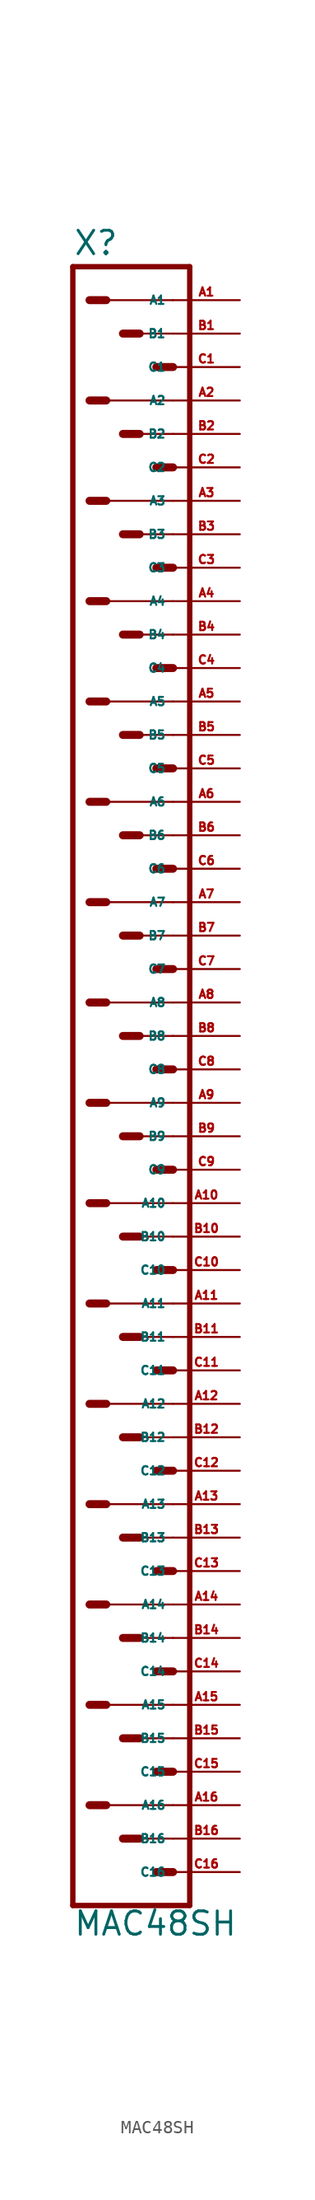
<source format=kicad_sym>
(kicad_symbol_lib
  (version 20220914)
  (generator Eagle2Kicad)
  (symbol "MAC48SH"
    (property "Reference" "X"
      (at -2.54 59.182 0)
      (effects (font (size 1.778 1.778) (thickness 0.22)) (justify left bottom)))
    (property "Value" "MAC48SH"
      (at -2.54 -68.453 0)
      (effects (font (size 1.778 1.778) (thickness 0.22)) (justify left bottom)))
    (polyline
      (pts (xy -2.54 58.42) (xy 6.35 58.42))
      (stroke (width 0.406) (type default))
      (fill (type none)))
    (polyline
      (pts (xy 6.35 -66.04) (xy 6.35 58.42))
      (stroke (width 0.406) (type default))
      (fill (type none)))
    (polyline
      (pts (xy 5.08 53.34) (xy 2.54 53.34))
      (stroke (width 0.152) (type default))
      (fill (type none)))
    (polyline
      (pts (xy 0 55.88) (xy 5.08 55.88))
      (stroke (width 0.152) (type default))
      (fill (type none)))
    (polyline
      (pts (xy 5.08 45.72) (xy 2.54 45.72))
      (stroke (width 0.152) (type default))
      (fill (type none)))
    (polyline
      (pts (xy 0 48.26) (xy 5.08 48.26))
      (stroke (width 0.152) (type default))
      (fill (type none)))
    (polyline
      (pts (xy 5.08 38.1) (xy 2.54 38.1))
      (stroke (width 0.152) (type default))
      (fill (type none)))
    (polyline
      (pts (xy 0 40.64) (xy 5.08 40.64))
      (stroke (width 0.152) (type default))
      (fill (type none)))
    (polyline
      (pts (xy 0 33.02) (xy 5.08 33.02))
      (stroke (width 0.152) (type default))
      (fill (type none)))
    (polyline
      (pts (xy 5.08 30.48) (xy 2.54 30.48))
      (stroke (width 0.152) (type default))
      (fill (type none)))
    (polyline
      (pts (xy 5.08 22.86) (xy 2.54 22.86))
      (stroke (width 0.152) (type default))
      (fill (type none)))
    (polyline
      (pts (xy 0 25.4) (xy 5.08 25.4))
      (stroke (width 0.152) (type default))
      (fill (type none)))
    (polyline
      (pts (xy 5.08 15.24) (xy 2.54 15.24))
      (stroke (width 0.152) (type default))
      (fill (type none)))
    (polyline
      (pts (xy 0 17.78) (xy 5.08 17.78))
      (stroke (width 0.152) (type default))
      (fill (type none)))
    (polyline
      (pts (xy 5.08 7.62) (xy 2.54 7.62))
      (stroke (width 0.152) (type default))
      (fill (type none)))
    (polyline
      (pts (xy 0 10.16) (xy 5.08 10.16))
      (stroke (width 0.152) (type default))
      (fill (type none)))
    (polyline
      (pts (xy 5.08 0) (xy 2.54 0))
      (stroke (width 0.152) (type default))
      (fill (type none)))
    (polyline
      (pts (xy 0 2.54) (xy 5.08 2.54))
      (stroke (width 0.152) (type default))
      (fill (type none)))
    (polyline
      (pts (xy 5.08 -7.62) (xy 2.54 -7.62))
      (stroke (width 0.152) (type default))
      (fill (type none)))
    (polyline
      (pts (xy 0 -5.08) (xy 5.08 -5.08))
      (stroke (width 0.152) (type default))
      (fill (type none)))
    (polyline
      (pts (xy 5.08 -15.24) (xy 2.54 -15.24))
      (stroke (width 0.152) (type default))
      (fill (type none)))
    (polyline
      (pts (xy 0 -12.7) (xy 5.08 -12.7))
      (stroke (width 0.152) (type default))
      (fill (type none)))
    (polyline
      (pts (xy 5.08 -22.86) (xy 2.54 -22.86))
      (stroke (width 0.152) (type default))
      (fill (type none)))
    (polyline
      (pts (xy 0 -20.32) (xy 5.08 -20.32))
      (stroke (width 0.152) (type default))
      (fill (type none)))
    (polyline
      (pts (xy 5.08 -30.48) (xy 2.54 -30.48))
      (stroke (width 0.152) (type default))
      (fill (type none)))
    (polyline
      (pts (xy 0 -27.94) (xy 5.08 -27.94))
      (stroke (width 0.152) (type default))
      (fill (type none)))
    (polyline
      (pts (xy 5.08 -38.1) (xy 2.54 -38.1))
      (stroke (width 0.152) (type default))
      (fill (type none)))
    (polyline
      (pts (xy 0 -35.56) (xy 5.08 -35.56))
      (stroke (width 0.152) (type default))
      (fill (type none)))
    (polyline
      (pts (xy 5.08 -45.72) (xy 2.54 -45.72))
      (stroke (width 0.152) (type default))
      (fill (type none)))
    (polyline
      (pts (xy 0 -43.18) (xy 5.08 -43.18))
      (stroke (width 0.152) (type default))
      (fill (type none)))
    (polyline
      (pts (xy 5.08 -53.34) (xy 2.54 -53.34))
      (stroke (width 0.152) (type default))
      (fill (type none)))
    (polyline
      (pts (xy 0 -50.8) (xy 5.08 -50.8))
      (stroke (width 0.152) (type default))
      (fill (type none)))
    (polyline
      (pts (xy 5.08 -60.96) (xy 2.54 -60.96))
      (stroke (width 0.152) (type default))
      (fill (type none)))
    (polyline
      (pts (xy 0 -58.42) (xy 5.08 -58.42))
      (stroke (width 0.152) (type default))
      (fill (type none)))
    (polyline
      (pts (xy 6.35 -66.04) (xy -2.54 -66.04))
      (stroke (width 0.406) (type default))
      (fill (type none)))
    (polyline
      (pts (xy -2.54 -66.04) (xy -2.54 58.42))
      (stroke (width 0.406) (type default))
      (fill (type none)))
    (polyline
      (pts (xy 0 -58.42) (xy -1.27 -58.42))
      (stroke (width 0.61) (type default))
      (fill (type none)))
    (polyline
      (pts (xy 2.54 -60.96) (xy 1.27 -60.96))
      (stroke (width 0.61) (type default))
      (fill (type none)))
    (polyline
      (pts (xy 5.08 -63.5) (xy 3.81 -63.5))
      (stroke (width 0.61) (type default))
      (fill (type none)))
    (polyline
      (pts (xy 0 -50.8) (xy -1.27 -50.8))
      (stroke (width 0.61) (type default))
      (fill (type none)))
    (polyline
      (pts (xy 2.54 -53.34) (xy 1.27 -53.34))
      (stroke (width 0.61) (type default))
      (fill (type none)))
    (polyline
      (pts (xy 5.08 -55.88) (xy 3.81 -55.88))
      (stroke (width 0.61) (type default))
      (fill (type none)))
    (polyline
      (pts (xy 0 -43.18) (xy -1.27 -43.18))
      (stroke (width 0.61) (type default))
      (fill (type none)))
    (polyline
      (pts (xy 2.54 -45.72) (xy 1.27 -45.72))
      (stroke (width 0.61) (type default))
      (fill (type none)))
    (polyline
      (pts (xy 5.08 -48.26) (xy 3.81 -48.26))
      (stroke (width 0.61) (type default))
      (fill (type none)))
    (polyline
      (pts (xy 0 -35.56) (xy -1.27 -35.56))
      (stroke (width 0.61) (type default))
      (fill (type none)))
    (polyline
      (pts (xy 2.54 -38.1) (xy 1.27 -38.1))
      (stroke (width 0.61) (type default))
      (fill (type none)))
    (polyline
      (pts (xy 5.08 -40.64) (xy 3.81 -40.64))
      (stroke (width 0.61) (type default))
      (fill (type none)))
    (polyline
      (pts (xy 0 -27.94) (xy -1.27 -27.94))
      (stroke (width 0.61) (type default))
      (fill (type none)))
    (polyline
      (pts (xy 2.54 -30.48) (xy 1.27 -30.48))
      (stroke (width 0.61) (type default))
      (fill (type none)))
    (polyline
      (pts (xy 5.08 -33.02) (xy 3.81 -33.02))
      (stroke (width 0.61) (type default))
      (fill (type none)))
    (polyline
      (pts (xy 0 -20.32) (xy -1.27 -20.32))
      (stroke (width 0.61) (type default))
      (fill (type none)))
    (polyline
      (pts (xy 2.54 -22.86) (xy 1.27 -22.86))
      (stroke (width 0.61) (type default))
      (fill (type none)))
    (polyline
      (pts (xy 5.08 -25.4) (xy 3.81 -25.4))
      (stroke (width 0.61) (type default))
      (fill (type none)))
    (polyline
      (pts (xy 0 -12.7) (xy -1.27 -12.7))
      (stroke (width 0.61) (type default))
      (fill (type none)))
    (polyline
      (pts (xy 2.54 -15.24) (xy 1.27 -15.24))
      (stroke (width 0.61) (type default))
      (fill (type none)))
    (polyline
      (pts (xy 5.08 -17.78) (xy 3.81 -17.78))
      (stroke (width 0.61) (type default))
      (fill (type none)))
    (polyline
      (pts (xy 0 -5.08) (xy -1.27 -5.08))
      (stroke (width 0.61) (type default))
      (fill (type none)))
    (polyline
      (pts (xy 2.54 -7.62) (xy 1.27 -7.62))
      (stroke (width 0.61) (type default))
      (fill (type none)))
    (polyline
      (pts (xy 5.08 -10.16) (xy 3.81 -10.16))
      (stroke (width 0.61) (type default))
      (fill (type none)))
    (polyline
      (pts (xy 0 2.54) (xy -1.27 2.54))
      (stroke (width 0.61) (type default))
      (fill (type none)))
    (polyline
      (pts (xy 2.54 0) (xy 1.27 0))
      (stroke (width 0.61) (type default))
      (fill (type none)))
    (polyline
      (pts (xy 5.08 -2.54) (xy 3.81 -2.54))
      (stroke (width 0.61) (type default))
      (fill (type none)))
    (polyline
      (pts (xy 0 10.16) (xy -1.27 10.16))
      (stroke (width 0.61) (type default))
      (fill (type none)))
    (polyline
      (pts (xy 2.54 7.62) (xy 1.27 7.62))
      (stroke (width 0.61) (type default))
      (fill (type none)))
    (polyline
      (pts (xy 5.08 5.08) (xy 3.81 5.08))
      (stroke (width 0.61) (type default))
      (fill (type none)))
    (polyline
      (pts (xy 0 17.78) (xy -1.27 17.78))
      (stroke (width 0.61) (type default))
      (fill (type none)))
    (polyline
      (pts (xy 2.54 15.24) (xy 1.27 15.24))
      (stroke (width 0.61) (type default))
      (fill (type none)))
    (polyline
      (pts (xy 5.08 12.7) (xy 3.81 12.7))
      (stroke (width 0.61) (type default))
      (fill (type none)))
    (polyline
      (pts (xy 0 25.4) (xy -1.27 25.4))
      (stroke (width 0.61) (type default))
      (fill (type none)))
    (polyline
      (pts (xy 2.54 22.86) (xy 1.27 22.86))
      (stroke (width 0.61) (type default))
      (fill (type none)))
    (polyline
      (pts (xy 5.08 20.32) (xy 3.81 20.32))
      (stroke (width 0.61) (type default))
      (fill (type none)))
    (polyline
      (pts (xy 0 33.02) (xy -1.27 33.02))
      (stroke (width 0.61) (type default))
      (fill (type none)))
    (polyline
      (pts (xy 2.54 30.48) (xy 1.27 30.48))
      (stroke (width 0.61) (type default))
      (fill (type none)))
    (polyline
      (pts (xy 5.08 27.94) (xy 3.81 27.94))
      (stroke (width 0.61) (type default))
      (fill (type none)))
    (polyline
      (pts (xy 0 40.64) (xy -1.27 40.64))
      (stroke (width 0.61) (type default))
      (fill (type none)))
    (polyline
      (pts (xy 2.54 38.1) (xy 1.27 38.1))
      (stroke (width 0.61) (type default))
      (fill (type none)))
    (polyline
      (pts (xy 5.08 35.56) (xy 3.81 35.56))
      (stroke (width 0.61) (type default))
      (fill (type none)))
    (polyline
      (pts (xy 0 48.26) (xy -1.27 48.26))
      (stroke (width 0.61) (type default))
      (fill (type none)))
    (polyline
      (pts (xy 2.54 45.72) (xy 1.27 45.72))
      (stroke (width 0.61) (type default))
      (fill (type none)))
    (polyline
      (pts (xy 5.08 43.18) (xy 3.81 43.18))
      (stroke (width 0.61) (type default))
      (fill (type none)))
    (polyline
      (pts (xy 0 55.88) (xy -1.27 55.88))
      (stroke (width 0.61) (type default))
      (fill (type none)))
    (polyline
      (pts (xy 2.54 53.34) (xy 1.27 53.34))
      (stroke (width 0.61) (type default))
      (fill (type none)))
    (polyline
      (pts (xy 5.08 50.8) (xy 3.81 50.8))
      (stroke (width 0.61) (type default))
      (fill (type none)))
    (pin passive line
      (at 10.16 53.34 180)
      (length 5.08)
      (name "B1" (effects (font (size 0.635 0.635) (thickness 0.08)) (justify left bottom)))
      (number "B1" (effects (font (size 0.635 0.635) (thickness 0.08)) (justify left bottom))))
    (pin passive line
      (at 10.16 45.72 180)
      (length 5.08)
      (name "B2" (effects (font (size 0.635 0.635) (thickness 0.08)) (justify left bottom)))
      (number "B2" (effects (font (size 0.635 0.635) (thickness 0.08)) (justify left bottom))))
    (pin passive line
      (at 10.16 38.1 180)
      (length 5.08)
      (name "B3" (effects (font (size 0.635 0.635) (thickness 0.08)) (justify left bottom)))
      (number "B3" (effects (font (size 0.635 0.635) (thickness 0.08)) (justify left bottom))))
    (pin passive line
      (at 10.16 30.48 180)
      (length 5.08)
      (name "B4" (effects (font (size 0.635 0.635) (thickness 0.08)) (justify left bottom)))
      (number "B4" (effects (font (size 0.635 0.635) (thickness 0.08)) (justify left bottom))))
    (pin passive line
      (at 10.16 22.86 180)
      (length 5.08)
      (name "B5" (effects (font (size 0.635 0.635) (thickness 0.08)) (justify left bottom)))
      (number "B5" (effects (font (size 0.635 0.635) (thickness 0.08)) (justify left bottom))))
    (pin passive line
      (at 10.16 15.24 180)
      (length 5.08)
      (name "B6" (effects (font (size 0.635 0.635) (thickness 0.08)) (justify left bottom)))
      (number "B6" (effects (font (size 0.635 0.635) (thickness 0.08)) (justify left bottom))))
    (pin passive line
      (at 10.16 7.62 180)
      (length 5.08)
      (name "B7" (effects (font (size 0.635 0.635) (thickness 0.08)) (justify left bottom)))
      (number "B7" (effects (font (size 0.635 0.635) (thickness 0.08)) (justify left bottom))))
    (pin passive line
      (at 10.16 0 180)
      (length 5.08)
      (name "B8" (effects (font (size 0.635 0.635) (thickness 0.08)) (justify left bottom)))
      (number "B8" (effects (font (size 0.635 0.635) (thickness 0.08)) (justify left bottom))))
    (pin passive line
      (at 10.16 -7.62 180)
      (length 5.08)
      (name "B9" (effects (font (size 0.635 0.635) (thickness 0.08)) (justify left bottom)))
      (number "B9" (effects (font (size 0.635 0.635) (thickness 0.08)) (justify left bottom))))
    (pin passive line
      (at 10.16 -15.24 180)
      (length 5.08)
      (name "B10" (effects (font (size 0.635 0.635) (thickness 0.08)) (justify left bottom)))
      (number "B10" (effects (font (size 0.635 0.635) (thickness 0.08)) (justify left bottom))))
    (pin passive line
      (at 10.16 -22.86 180)
      (length 5.08)
      (name "B11" (effects (font (size 0.635 0.635) (thickness 0.08)) (justify left bottom)))
      (number "B11" (effects (font (size 0.635 0.635) (thickness 0.08)) (justify left bottom))))
    (pin passive line
      (at 10.16 -30.48 180)
      (length 5.08)
      (name "B12" (effects (font (size 0.635 0.635) (thickness 0.08)) (justify left bottom)))
      (number "B12" (effects (font (size 0.635 0.635) (thickness 0.08)) (justify left bottom))))
    (pin passive line
      (at 10.16 -38.1 180)
      (length 5.08)
      (name "B13" (effects (font (size 0.635 0.635) (thickness 0.08)) (justify left bottom)))
      (number "B13" (effects (font (size 0.635 0.635) (thickness 0.08)) (justify left bottom))))
    (pin passive line
      (at 10.16 -45.72 180)
      (length 5.08)
      (name "B14" (effects (font (size 0.635 0.635) (thickness 0.08)) (justify left bottom)))
      (number "B14" (effects (font (size 0.635 0.635) (thickness 0.08)) (justify left bottom))))
    (pin passive line
      (at 10.16 -53.34 180)
      (length 5.08)
      (name "B15" (effects (font (size 0.635 0.635) (thickness 0.08)) (justify left bottom)))
      (number "B15" (effects (font (size 0.635 0.635) (thickness 0.08)) (justify left bottom))))
    (pin passive line
      (at 10.16 -60.96 180)
      (length 5.08)
      (name "B16" (effects (font (size 0.635 0.635) (thickness 0.08)) (justify left bottom)))
      (number "B16" (effects (font (size 0.635 0.635) (thickness 0.08)) (justify left bottom))))
    (pin passive line
      (at 10.16 55.88 180)
      (length 5.08)
      (name "A1" (effects (font (size 0.635 0.635) (thickness 0.08)) (justify left bottom)))
      (number "A1" (effects (font (size 0.635 0.635) (thickness 0.08)) (justify left bottom))))
    (pin passive line
      (at 10.16 48.26 180)
      (length 5.08)
      (name "A2" (effects (font (size 0.635 0.635) (thickness 0.08)) (justify left bottom)))
      (number "A2" (effects (font (size 0.635 0.635) (thickness 0.08)) (justify left bottom))))
    (pin passive line
      (at 10.16 40.64 180)
      (length 5.08)
      (name "A3" (effects (font (size 0.635 0.635) (thickness 0.08)) (justify left bottom)))
      (number "A3" (effects (font (size 0.635 0.635) (thickness 0.08)) (justify left bottom))))
    (pin passive line
      (at 10.16 33.02 180)
      (length 5.08)
      (name "A4" (effects (font (size 0.635 0.635) (thickness 0.08)) (justify left bottom)))
      (number "A4" (effects (font (size 0.635 0.635) (thickness 0.08)) (justify left bottom))))
    (pin passive line
      (at 10.16 25.4 180)
      (length 5.08)
      (name "A5" (effects (font (size 0.635 0.635) (thickness 0.08)) (justify left bottom)))
      (number "A5" (effects (font (size 0.635 0.635) (thickness 0.08)) (justify left bottom))))
    (pin passive line
      (at 10.16 17.78 180)
      (length 5.08)
      (name "A6" (effects (font (size 0.635 0.635) (thickness 0.08)) (justify left bottom)))
      (number "A6" (effects (font (size 0.635 0.635) (thickness 0.08)) (justify left bottom))))
    (pin passive line
      (at 10.16 10.16 180)
      (length 5.08)
      (name "A7" (effects (font (size 0.635 0.635) (thickness 0.08)) (justify left bottom)))
      (number "A7" (effects (font (size 0.635 0.635) (thickness 0.08)) (justify left bottom))))
    (pin passive line
      (at 10.16 2.54 180)
      (length 5.08)
      (name "A8" (effects (font (size 0.635 0.635) (thickness 0.08)) (justify left bottom)))
      (number "A8" (effects (font (size 0.635 0.635) (thickness 0.08)) (justify left bottom))))
    (pin passive line
      (at 10.16 -5.08 180)
      (length 5.08)
      (name "A9" (effects (font (size 0.635 0.635) (thickness 0.08)) (justify left bottom)))
      (number "A9" (effects (font (size 0.635 0.635) (thickness 0.08)) (justify left bottom))))
    (pin passive line
      (at 10.16 -12.7 180)
      (length 5.08)
      (name "A10" (effects (font (size 0.635 0.635) (thickness 0.08)) (justify left bottom)))
      (number "A10" (effects (font (size 0.635 0.635) (thickness 0.08)) (justify left bottom))))
    (pin passive line
      (at 10.16 -20.32 180)
      (length 5.08)
      (name "A11" (effects (font (size 0.635 0.635) (thickness 0.08)) (justify left bottom)))
      (number "A11" (effects (font (size 0.635 0.635) (thickness 0.08)) (justify left bottom))))
    (pin passive line
      (at 10.16 -27.94 180)
      (length 5.08)
      (name "A12" (effects (font (size 0.635 0.635) (thickness 0.08)) (justify left bottom)))
      (number "A12" (effects (font (size 0.635 0.635) (thickness 0.08)) (justify left bottom))))
    (pin passive line
      (at 10.16 -35.56 180)
      (length 5.08)
      (name "A13" (effects (font (size 0.635 0.635) (thickness 0.08)) (justify left bottom)))
      (number "A13" (effects (font (size 0.635 0.635) (thickness 0.08)) (justify left bottom))))
    (pin passive line
      (at 10.16 -43.18 180)
      (length 5.08)
      (name "A14" (effects (font (size 0.635 0.635) (thickness 0.08)) (justify left bottom)))
      (number "A14" (effects (font (size 0.635 0.635) (thickness 0.08)) (justify left bottom))))
    (pin passive line
      (at 10.16 -50.8 180)
      (length 5.08)
      (name "A15" (effects (font (size 0.635 0.635) (thickness 0.08)) (justify left bottom)))
      (number "A15" (effects (font (size 0.635 0.635) (thickness 0.08)) (justify left bottom))))
    (pin passive line
      (at 10.16 -58.42 180)
      (length 5.08)
      (name "A16" (effects (font (size 0.635 0.635) (thickness 0.08)) (justify left bottom)))
      (number "A16" (effects (font (size 0.635 0.635) (thickness 0.08)) (justify left bottom))))
    (pin passive line
      (at 10.16 50.8 180)
      (length 5.08)
      (name "C1" (effects (font (size 0.635 0.635) (thickness 0.08)) (justify left bottom)))
      (number "C1" (effects (font (size 0.635 0.635) (thickness 0.08)) (justify left bottom))))
    (pin passive line
      (at 10.16 43.18 180)
      (length 5.08)
      (name "C2" (effects (font (size 0.635 0.635) (thickness 0.08)) (justify left bottom)))
      (number "C2" (effects (font (size 0.635 0.635) (thickness 0.08)) (justify left bottom))))
    (pin passive line
      (at 10.16 35.56 180)
      (length 5.08)
      (name "C3" (effects (font (size 0.635 0.635) (thickness 0.08)) (justify left bottom)))
      (number "C3" (effects (font (size 0.635 0.635) (thickness 0.08)) (justify left bottom))))
    (pin passive line
      (at 10.16 27.94 180)
      (length 5.08)
      (name "C4" (effects (font (size 0.635 0.635) (thickness 0.08)) (justify left bottom)))
      (number "C4" (effects (font (size 0.635 0.635) (thickness 0.08)) (justify left bottom))))
    (pin passive line
      (at 10.16 20.32 180)
      (length 5.08)
      (name "C5" (effects (font (size 0.635 0.635) (thickness 0.08)) (justify left bottom)))
      (number "C5" (effects (font (size 0.635 0.635) (thickness 0.08)) (justify left bottom))))
    (pin passive line
      (at 10.16 12.7 180)
      (length 5.08)
      (name "C6" (effects (font (size 0.635 0.635) (thickness 0.08)) (justify left bottom)))
      (number "C6" (effects (font (size 0.635 0.635) (thickness 0.08)) (justify left bottom))))
    (pin passive line
      (at 10.16 5.08 180)
      (length 5.08)
      (name "C7" (effects (font (size 0.635 0.635) (thickness 0.08)) (justify left bottom)))
      (number "C7" (effects (font (size 0.635 0.635) (thickness 0.08)) (justify left bottom))))
    (pin passive line
      (at 10.16 -2.54 180)
      (length 5.08)
      (name "C8" (effects (font (size 0.635 0.635) (thickness 0.08)) (justify left bottom)))
      (number "C8" (effects (font (size 0.635 0.635) (thickness 0.08)) (justify left bottom))))
    (pin passive line
      (at 10.16 -10.16 180)
      (length 5.08)
      (name "C9" (effects (font (size 0.635 0.635) (thickness 0.08)) (justify left bottom)))
      (number "C9" (effects (font (size 0.635 0.635) (thickness 0.08)) (justify left bottom))))
    (pin passive line
      (at 10.16 -17.78 180)
      (length 5.08)
      (name "C10" (effects (font (size 0.635 0.635) (thickness 0.08)) (justify left bottom)))
      (number "C10" (effects (font (size 0.635 0.635) (thickness 0.08)) (justify left bottom))))
    (pin passive line
      (at 10.16 -25.4 180)
      (length 5.08)
      (name "C11" (effects (font (size 0.635 0.635) (thickness 0.08)) (justify left bottom)))
      (number "C11" (effects (font (size 0.635 0.635) (thickness 0.08)) (justify left bottom))))
    (pin passive line
      (at 10.16 -33.02 180)
      (length 5.08)
      (name "C12" (effects (font (size 0.635 0.635) (thickness 0.08)) (justify left bottom)))
      (number "C12" (effects (font (size 0.635 0.635) (thickness 0.08)) (justify left bottom))))
    (pin passive line
      (at 10.16 -40.64 180)
      (length 5.08)
      (name "C13" (effects (font (size 0.635 0.635) (thickness 0.08)) (justify left bottom)))
      (number "C13" (effects (font (size 0.635 0.635) (thickness 0.08)) (justify left bottom))))
    (pin passive line
      (at 10.16 -48.26 180)
      (length 5.08)
      (name "C14" (effects (font (size 0.635 0.635) (thickness 0.08)) (justify left bottom)))
      (number "C14" (effects (font (size 0.635 0.635) (thickness 0.08)) (justify left bottom))))
    (pin passive line
      (at 10.16 -55.88 180)
      (length 5.08)
      (name "C15" (effects (font (size 0.635 0.635) (thickness 0.08)) (justify left bottom)))
      (number "C15" (effects (font (size 0.635 0.635) (thickness 0.08)) (justify left bottom))))
    (pin passive line
      (at 10.16 -63.5 180)
      (length 5.08)
      (name "C16" (effects (font (size 0.635 0.635) (thickness 0.08)) (justify left bottom)))
      (number "C16" (effects (font (size 0.635 0.635) (thickness 0.08)) (justify left bottom))))))
</source>
